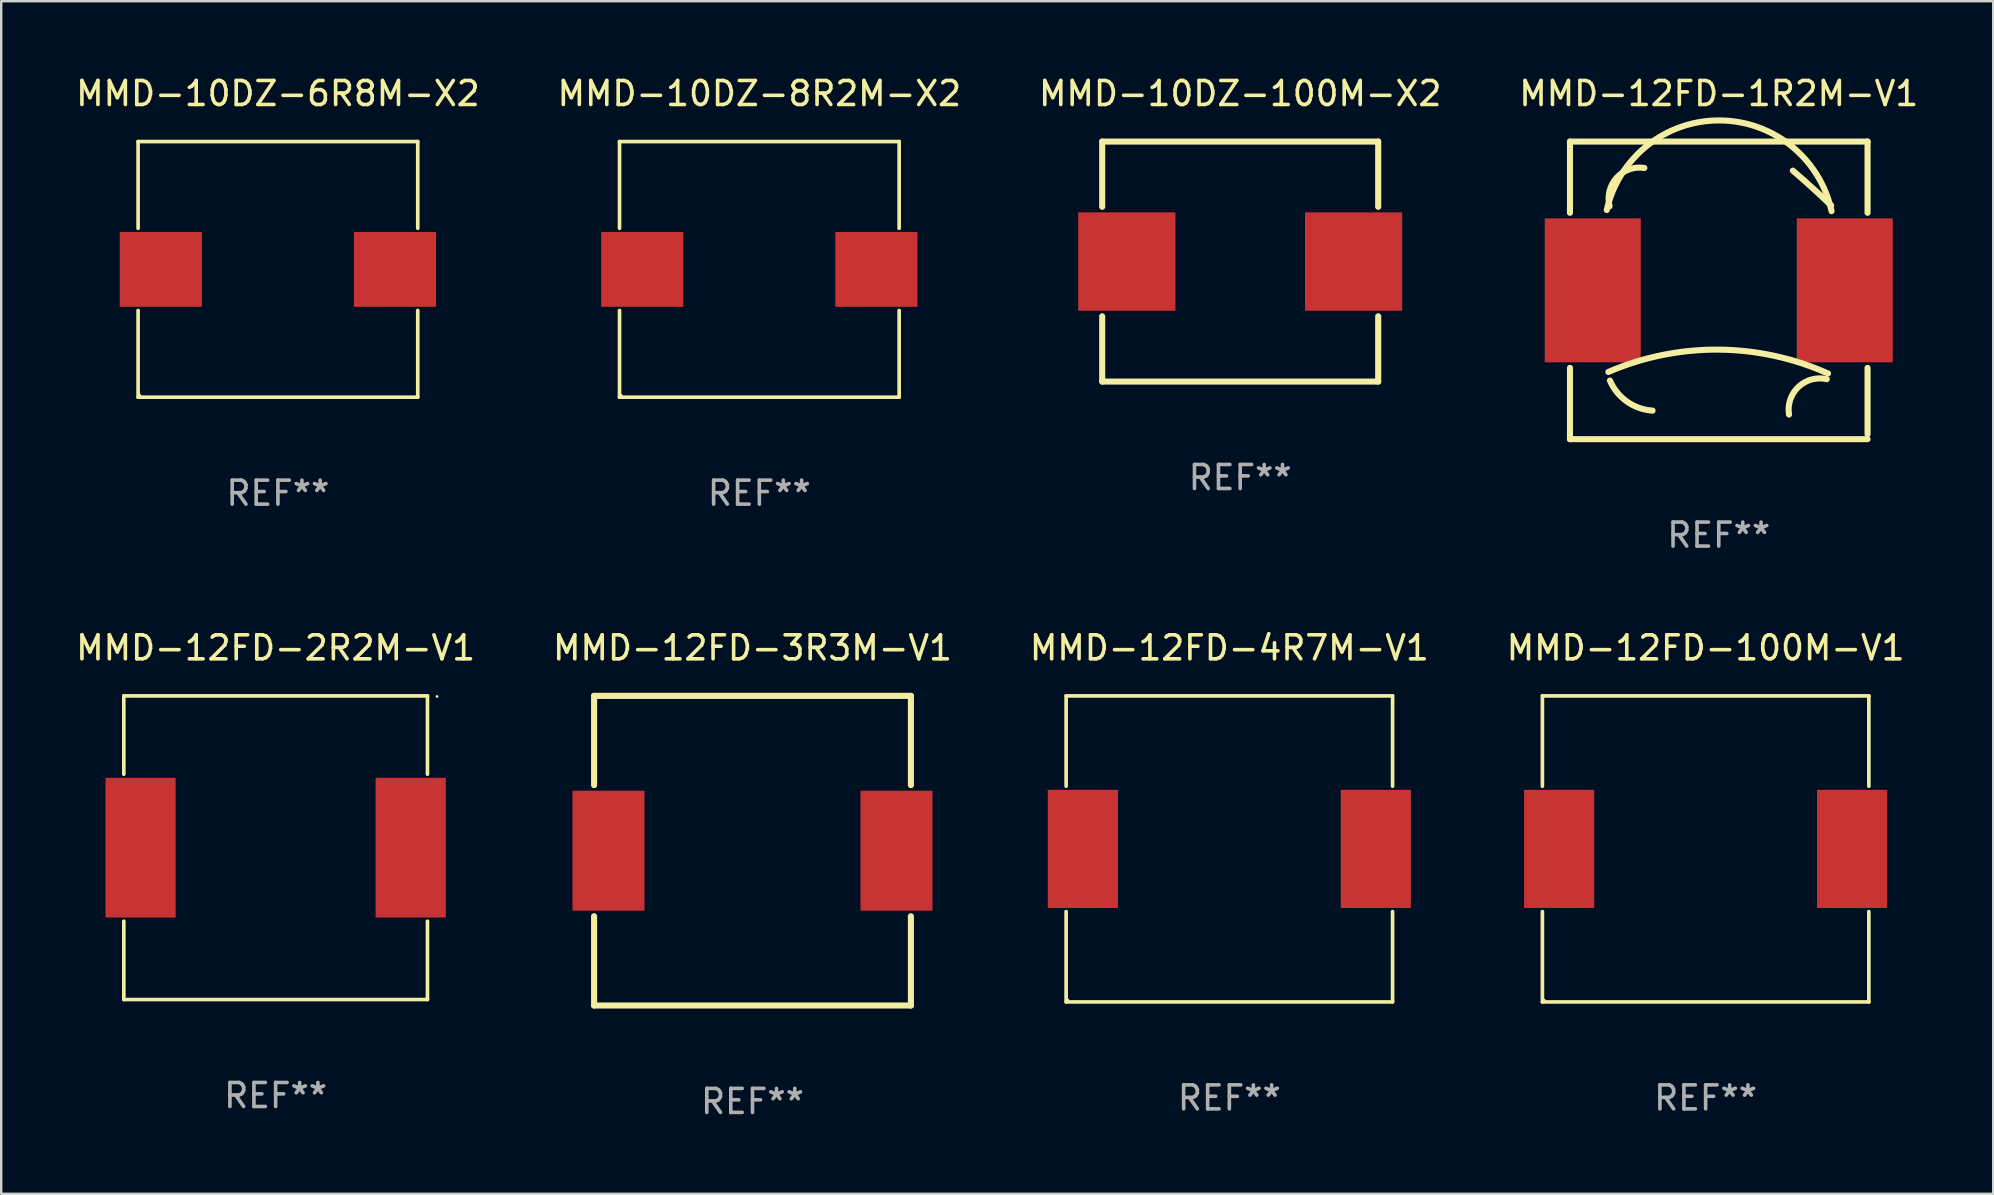
<source format=kicad_pcb>
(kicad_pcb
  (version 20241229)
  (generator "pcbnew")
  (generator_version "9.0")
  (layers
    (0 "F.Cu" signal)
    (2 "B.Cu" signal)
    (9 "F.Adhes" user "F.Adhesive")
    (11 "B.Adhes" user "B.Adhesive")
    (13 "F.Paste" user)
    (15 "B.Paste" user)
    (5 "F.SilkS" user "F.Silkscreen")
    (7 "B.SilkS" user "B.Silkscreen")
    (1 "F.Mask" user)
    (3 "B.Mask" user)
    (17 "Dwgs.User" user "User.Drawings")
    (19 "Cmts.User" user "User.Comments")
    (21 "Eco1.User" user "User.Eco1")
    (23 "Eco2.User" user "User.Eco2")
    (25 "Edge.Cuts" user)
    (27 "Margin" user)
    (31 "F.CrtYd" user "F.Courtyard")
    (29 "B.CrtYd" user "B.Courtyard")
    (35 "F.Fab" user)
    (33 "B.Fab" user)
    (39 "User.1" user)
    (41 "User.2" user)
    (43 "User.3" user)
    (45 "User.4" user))
  (footprint "MMD-10DZ-100M-X2"
    (layer "F.Cu")
    (at 48.625 7.848)
    (property "Reference" "MMD-10DZ-100M-X2" (at 0 -7 0) (layer "F.SilkS") (effects (font (size 1 1) (thickness 0.15))))
    (attr through_hole)
    (fp_line (start -5.75 -5) (end -5.75 -2.281) (stroke (width 0.254) (type solid)) (layer "F.SilkS"))
    (fp_line (start -5.75 -5) (end 5.75 -5) (stroke (width 0.254) (type solid)) (layer "F.SilkS"))
    (fp_line (start -5.75 2.281) (end -5.75 5) (stroke (width 0.254) (type solid)) (layer "F.SilkS"))
    (fp_line (start 5.75 -2.281) (end 5.75 -5) (stroke (width 0.254) (type solid)) (layer "F.SilkS"))
    (fp_line (start 5.75 5) (end -5.75 5) (stroke (width 0.254) (type solid)) (layer "F.SilkS"))
    (fp_line (start 5.75 5) (end 5.75 2.281) (stroke (width 0.254) (type solid)) (layer "F.SilkS"))
    (fp_circle (center -5.75 5) (end -5.72 5) (stroke (width 0.06) (type solid)) (fill no) (layer "F.SilkS"))
    (fp_text user "REF**" (at 0 9 0) (layer "F.Fab") (effects (font (size 1 1) (thickness 0.15))))
    (pad "1" smd rect (at -4.725 0) (size 4.05 4.1) (layers "F.Cu" "F.Mask" "F.Paste"))
    (pad "2" smd rect (at 4.725 0) (size 4.05 4.1) (layers "F.Cu" "F.Mask" "F.Paste")))
  (footprint "MMD-12FD-4R7M-V1"
    (layer "F.Cu")
    (at 48.173 32.321)
    (property "Reference" "MMD-12FD-4R7M-V1" (at 0 -8.376 0) (layer "F.SilkS") (effects (font (size 1 1) (thickness 0.15))))
    (attr through_hole)
    (fp_line (start -6.801 -6.376) (end 6.801 -6.376) (stroke (width 0.152) (type solid)) (layer "F.SilkS"))
    (fp_line (start -6.801 -2.612) (end -6.801 -6.376) (stroke (width 0.152) (type solid)) (layer "F.SilkS"))
    (fp_line (start -6.801 2.612) (end -6.801 6.376) (stroke (width 0.152) (type solid)) (layer "F.SilkS"))
    (fp_line (start -6.801 6.376) (end 6.801 6.376) (stroke (width 0.152) (type solid)) (layer "F.SilkS"))
    (fp_line (start 6.801 -6.376) (end 6.801 -2.612) (stroke (width 0.152) (type solid)) (layer "F.SilkS"))
    (fp_line (start 6.801 6.376) (end 6.801 2.612) (stroke (width 0.152) (type solid)) (layer "F.SilkS"))
    (fp_circle (center -6.725 6.3) (end -6.695 6.3) (stroke (width 0.06) (type solid)) (fill no) (layer "F.SilkS"))
    (fp_text user "REF**" (at 0 10.376 0) (layer "F.Fab") (effects (font (size 1 1) (thickness 0.15))))
    (pad "1" smd rect (at 6.103 0) (size 2.924 4.92) (layers "F.Cu" "F.Mask" "F.Paste"))
    (pad "2" smd rect (at -6.103 0) (size 2.924 4.92) (layers "F.Cu" "F.Mask" "F.Paste")))
  (footprint "MMD-12FD-100M-V1"
    (layer "F.Cu")
    (at 68.018 32.321)
    (property "Reference" "MMD-12FD-100M-V1" (at 0 -8.376 0) (layer "F.SilkS") (effects (font (size 1 1) (thickness 0.15))))
    (attr through_hole)
    (fp_line (start -6.801 -6.376) (end 6.801 -6.376) (stroke (width 0.152) (type solid)) (layer "F.SilkS"))
    (fp_line (start -6.801 -2.612) (end -6.801 -6.376) (stroke (width 0.152) (type solid)) (layer "F.SilkS"))
    (fp_line (start -6.801 2.612) (end -6.801 6.376) (stroke (width 0.152) (type solid)) (layer "F.SilkS"))
    (fp_line (start -6.801 6.376) (end 6.801 6.376) (stroke (width 0.152) (type solid)) (layer "F.SilkS"))
    (fp_line (start 6.801 -6.376) (end 6.801 -2.612) (stroke (width 0.152) (type solid)) (layer "F.SilkS"))
    (fp_line (start 6.801 6.376) (end 6.801 2.612) (stroke (width 0.152) (type solid)) (layer "F.SilkS"))
    (fp_circle (center -6.725 6.3) (end -6.695 6.3) (stroke (width 0.06) (type solid)) (fill no) (layer "F.SilkS"))
    (fp_text user "REF**" (at 0 10.376 0) (layer "F.Fab") (effects (font (size 1 1) (thickness 0.15))))
    (pad "1" smd rect (at 6.103 0) (size 2.924 4.92) (layers "F.Cu" "F.Mask" "F.Paste"))
    (pad "2" smd rect (at -6.103 0) (size 2.924 4.92) (layers "F.Cu" "F.Mask" "F.Paste")))
  (footprint "MMD-12FD-1R2M-V1"
    (layer "F.Cu")
    (at 68.565 9.048)
    (property "Reference" "MMD-12FD-1R2M-V1" (at 0 -8.2 0) (layer "F.SilkS") (effects (font (size 1 1) (thickness 0.15))))
    (attr through_hole)
    (fp_line (start -6.2 -6.2) (end -6.2 -3.231) (stroke (width 0.254) (type solid)) (layer "F.SilkS"))
    (fp_line (start -6.2 -6.2) (end 6.2 -6.2) (stroke (width 0.254) (type solid)) (layer "F.SilkS"))
    (fp_line (start -6.2 3.231) (end -6.2 6.2) (stroke (width 0.254) (type solid)) (layer "F.SilkS"))
    (fp_line (start -6.2 6.2) (end 6.2 6.2) (stroke (width 0.254) (type solid)) (layer "F.SilkS"))
    (fp_line (start 6.2 -6.2) (end 6.2 -3.231) (stroke (width 0.254) (type solid)) (layer "F.SilkS"))
    (fp_line (start 6.2 3.231) (end 6.2 6) (stroke (width 0.254) (type solid)) (layer "F.SilkS"))
    (fp_arc (start -4.666268 -3.347523) (mid 0.035925 -7.080035) (end 4.7 -3.3) (stroke (width 0.254001) (type solid)) (layer "F.SilkS"))
    (fp_arc (start -4.6 3.4) (mid -0.017181 2.469621) (end 4.552248 3.463678) (stroke (width 0.254001) (type solid)) (layer "F.SilkS"))
    (fp_arc (start -4.54986 -3.504115) (mid -4.254361 -4.692196) (end -3.1 -5.099999) (stroke (width 0.254001) (type solid)) (layer "F.SilkS"))
    (fp_arc (start -2.758293 5.011176) (mid -3.822943 4.635946) (end -4.534316 3.759462) (stroke (width 0.254001) (type solid)) (layer "F.SilkS"))
    (fp_arc (start 2.927153 5.17587) (mid 3.321583 4.020185) (end 4.5 3.7) (stroke (width 0.254001) (type solid)) (layer "F.SilkS"))
    (fp_arc (start 3.08763 -4.988189) (mid 3.895745 -4.274456) (end 4.683515 -3.538329) (stroke (width 0.254001) (type solid)) (layer "F.SilkS"))
    (fp_circle (center -6.15 6.15) (end -6.12 6.15) (stroke (width 0.06) (type solid)) (fill no) (layer "F.SilkS"))
    (fp_text user "REF**" (at 0 10.2 0) (layer "F.Fab") (effects (font (size 1 1) (thickness 0.15))))
    (pad "1" smd rect (at -5.25 0) (size 4 6) (layers "F.Cu" "F.Mask" "F.Paste"))
    (pad "2" smd rect (at 5.25 0) (size 4 6) (layers "F.Cu" "F.Mask" "F.Paste")))
  (footprint "MMD-10DZ-8R2M-X2"
    (layer "F.Cu")
    (at 28.589 8.174)
    (property "Reference" "MMD-10DZ-8R2M-X2" (at 0 -7.326 0) (layer "F.SilkS") (effects (font (size 1 1) (thickness 0.15))))
    (attr through_hole)
    (fp_line (start -5.826 -5.326) (end 5.826 -5.326) (stroke (width 0.152) (type solid)) (layer "F.SilkS"))
    (fp_line (start -5.826 -1.712) (end -5.826 -5.326) (stroke (width 0.152) (type solid)) (layer "F.SilkS"))
    (fp_line (start -5.826 1.712) (end -5.826 5.326) (stroke (width 0.152) (type solid)) (layer "F.SilkS"))
    (fp_line (start -5.826 5.326) (end 5.826 5.326) (stroke (width 0.152) (type solid)) (layer "F.SilkS"))
    (fp_line (start 5.826 -5.326) (end 5.826 -1.712) (stroke (width 0.152) (type solid)) (layer "F.SilkS"))
    (fp_line (start 5.826 5.326) (end 5.826 1.712) (stroke (width 0.152) (type solid)) (layer "F.SilkS"))
    (fp_circle (center -5.75 5.25) (end -5.72 5.25) (stroke (width 0.06) (type solid)) (fill no) (layer "F.SilkS"))
    (fp_text user "REF**" (at 0 9.326 0) (layer "F.Fab") (effects (font (size 1 1) (thickness 0.15))))
    (pad "1" smd rect (at 4.878 0) (size 3.424 3.12) (layers "F.Cu" "F.Mask" "F.Paste"))
    (pad "2" smd rect (at -4.878 0) (size 3.424 3.12) (layers "F.Cu" "F.Mask" "F.Paste")))
  (footprint "MMD-12FD-3R3M-V1"
    (layer "F.Cu")
    (at 28.304 32.395)
    (property "Reference" "MMD-12FD-3R3M-V1" (at 0 -8.45 0) (layer "F.SilkS") (effects (font (size 1 1) (thickness 0.15))))
    (attr through_hole)
    (fp_line (start -6.6 -6.45) (end 6.6 -6.45) (stroke (width 0.254) (type solid)) (layer "F.SilkS"))
    (fp_line (start -6.6 -2.731) (end -6.6 -6.45) (stroke (width 0.254) (type solid)) (layer "F.SilkS"))
    (fp_line (start -6.6 6.45) (end -6.6 2.731) (stroke (width 0.254) (type solid)) (layer "F.SilkS"))
    (fp_line (start 6.6 -2.731) (end 6.6 -6.45) (stroke (width 0.254) (type solid)) (layer "F.SilkS"))
    (fp_line (start 6.6 6.45) (end -6.6 6.45) (stroke (width 0.254) (type solid)) (layer "F.SilkS"))
    (fp_line (start 6.6 6.45) (end 6.6 2.731) (stroke (width 0.254) (type solid)) (layer "F.SilkS"))
    (fp_circle (center -6.6 6.45) (end -6.57 6.45) (stroke (width 0.06) (type solid)) (fill no) (layer "F.SilkS"))
    (fp_text user "REF**" (at 0 10.45 0) (layer "F.Fab") (effects (font (size 1 1) (thickness 0.15))))
    (pad "1" smd rect (at -6 0) (size 3 5) (layers "F.Cu" "F.Mask" "F.Paste"))
    (pad "2" smd rect (at 6 0) (size 3 5) (layers "F.Cu" "F.Mask" "F.Paste")))
  (footprint "MMD-12FD-2R2M-V1"
    (layer "F.Cu")
    (at 8.435 32.271)
    (property "Reference" "MMD-12FD-2R2M-V1" (at 0 -8.326 0) (layer "F.SilkS") (effects (font (size 1 1) (thickness 0.15))))
    (attr through_hole)
    (fp_line (start -6.326 -6.326) (end 6.326 -6.326) (stroke (width 0.152) (type solid)) (layer "F.SilkS"))
    (fp_line (start -6.326 -3.062) (end -6.326 -6.326) (stroke (width 0.152) (type solid)) (layer "F.SilkS"))
    (fp_line (start -6.326 3.062) (end -6.326 6.326) (stroke (width 0.152) (type solid)) (layer "F.SilkS"))
    (fp_line (start -6.326 6.326) (end 6.326 6.326) (stroke (width 0.152) (type solid)) (layer "F.SilkS"))
    (fp_line (start 6.326 -6.326) (end 6.326 -3.062) (stroke (width 0.152) (type solid)) (layer "F.SilkS"))
    (fp_line (start 6.326 6.326) (end 6.326 3.062) (stroke (width 0.152) (type solid)) (layer "F.SilkS"))
    (fp_circle (center 6.725 -6.3) (end 6.755 -6.3) (stroke (width 0.06) (type solid)) (fill no) (layer "F.SilkS"))
    (fp_text user "REF**" (at 0 10.326 0) (layer "F.Fab") (effects (font (size 1 1) (thickness 0.15))))
    (pad "1" smd rect (at 5.628 0) (size 2.924 5.82) (layers "F.Cu" "F.Mask" "F.Paste"))
    (pad "2" smd rect (at -5.628 0) (size 2.924 5.82) (layers "F.Cu" "F.Mask" "F.Paste")))
  (footprint "MMD-10DZ-6R8M-X2"
    (layer "F.Cu")
    (at 8.53 8.174)
    (property "Reference" "MMD-10DZ-6R8M-X2" (at 0 -7.326 0) (layer "F.SilkS") (effects (font (size 1 1) (thickness 0.15))))
    (attr through_hole)
    (fp_line (start -5.826 -5.326) (end 5.826 -5.326) (stroke (width 0.152) (type solid)) (layer "F.SilkS"))
    (fp_line (start -5.826 -1.712) (end -5.826 -5.326) (stroke (width 0.152) (type solid)) (layer "F.SilkS"))
    (fp_line (start -5.826 1.712) (end -5.826 5.326) (stroke (width 0.152) (type solid)) (layer "F.SilkS"))
    (fp_line (start -5.826 5.326) (end 5.826 5.326) (stroke (width 0.152) (type solid)) (layer "F.SilkS"))
    (fp_line (start 5.826 -5.326) (end 5.826 -1.712) (stroke (width 0.152) (type solid)) (layer "F.SilkS"))
    (fp_line (start 5.826 5.326) (end 5.826 1.712) (stroke (width 0.152) (type solid)) (layer "F.SilkS"))
    (fp_circle (center -5.75 5.25) (end -5.72 5.25) (stroke (width 0.06) (type solid)) (fill no) (layer "F.SilkS"))
    (fp_text user "REF**" (at 0 9.326 0) (layer "F.Fab") (effects (font (size 1 1) (thickness 0.15))))
    (pad "1" smd rect (at 4.878 0) (size 3.424 3.12) (layers "F.Cu" "F.Mask" "F.Paste"))
    (pad "2" smd rect (at -4.878 0) (size 3.424 3.12) (layers "F.Cu" "F.Mask" "F.Paste")))
  (gr_rect
    (start -3 -3)
    (end 80 46.693)
    (stroke (width 0.1) (type default))
    (fill no)
    (layer "Edge.Cuts")))
</source>
